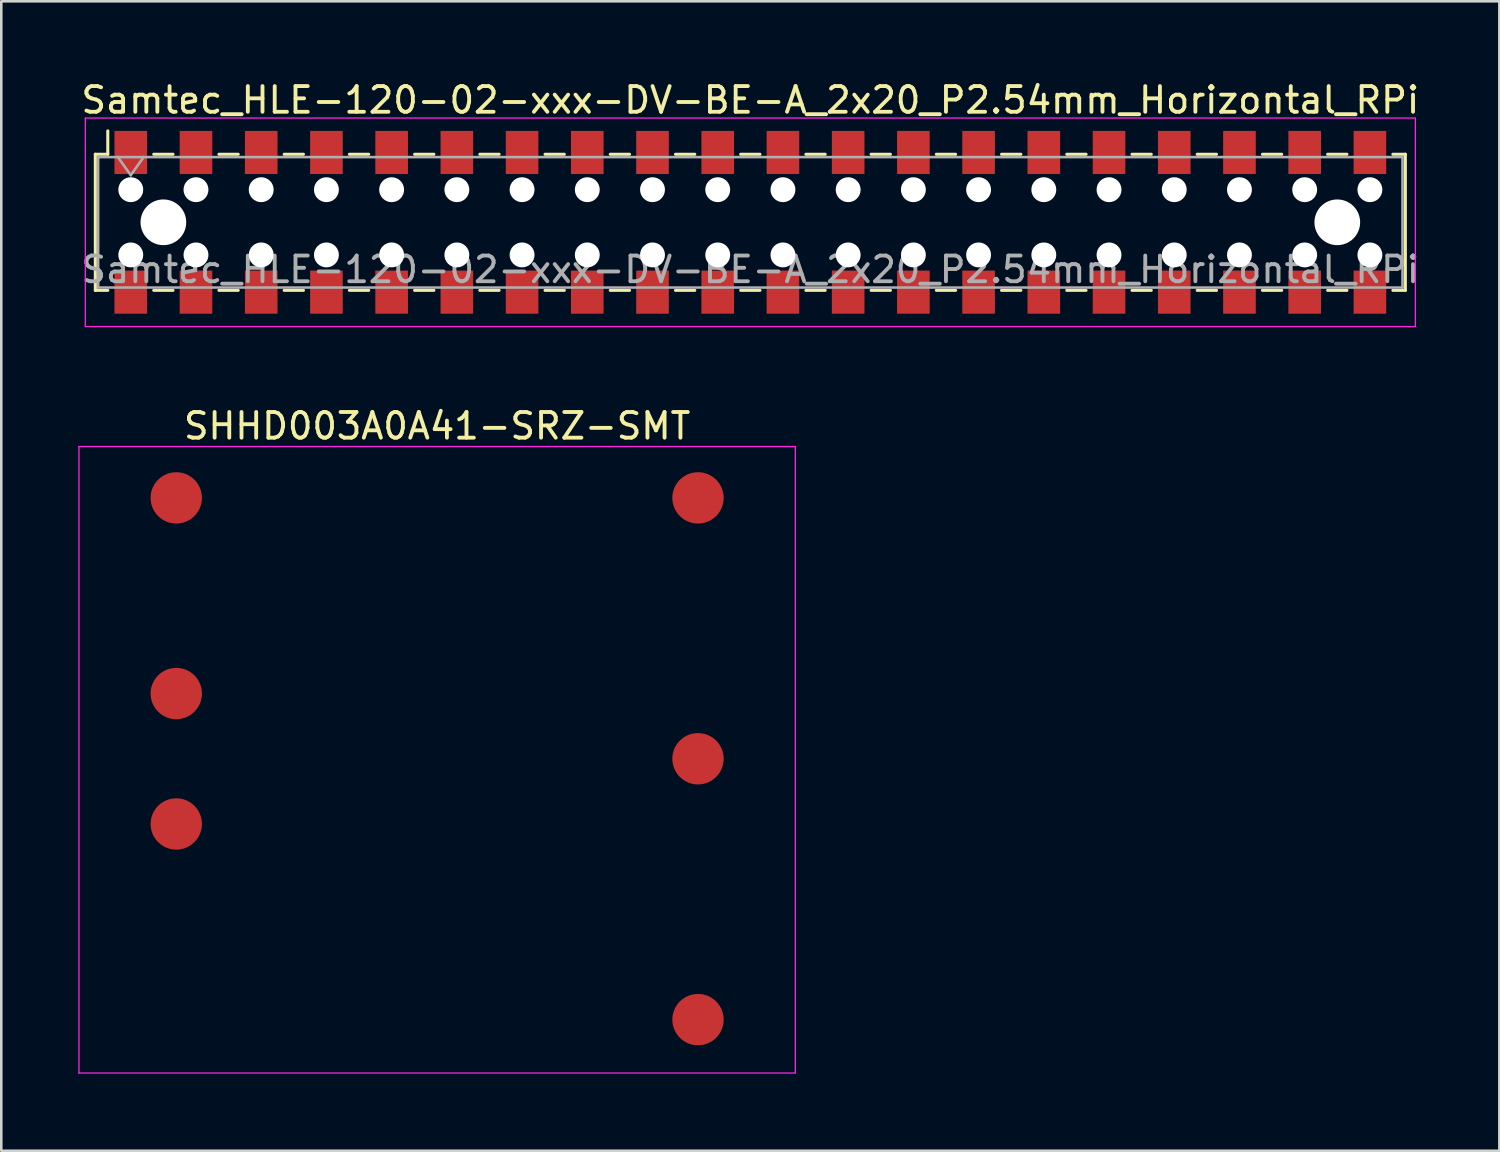
<source format=kicad_pcb>
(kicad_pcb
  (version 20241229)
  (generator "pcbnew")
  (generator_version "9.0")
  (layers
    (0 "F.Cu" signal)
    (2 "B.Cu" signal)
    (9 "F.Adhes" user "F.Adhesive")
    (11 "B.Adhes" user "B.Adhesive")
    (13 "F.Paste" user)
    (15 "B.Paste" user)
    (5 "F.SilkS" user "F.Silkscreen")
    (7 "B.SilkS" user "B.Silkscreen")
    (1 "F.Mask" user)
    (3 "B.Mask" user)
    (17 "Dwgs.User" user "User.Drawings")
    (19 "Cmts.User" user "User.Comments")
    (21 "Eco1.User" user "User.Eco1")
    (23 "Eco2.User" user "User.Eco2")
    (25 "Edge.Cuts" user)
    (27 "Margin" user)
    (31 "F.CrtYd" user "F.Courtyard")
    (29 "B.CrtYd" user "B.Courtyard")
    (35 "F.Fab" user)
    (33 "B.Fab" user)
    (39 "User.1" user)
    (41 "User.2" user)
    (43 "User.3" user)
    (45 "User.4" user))
  (footprint "Samtec_HLE-120-02-xxx-DV-BE-A_2x20_P2.54mm_Horizontal_RPi"
    (layer "F.Cu")
    (at 26.173 5.608)
    (property "Reference" "Samtec_HLE-120-02-xxx-DV-BE-A_2x20_P2.54mm_Horizontal_RPi" (at 0 -4.76 0) (layer "F.SilkS") (effects (font (size 1 1) (thickness 0.15))))
    (attr smd)
    (fp_line (start -25.51 -2.65) (end -25.51 2.65) (stroke (width 0.12) (type solid)) (layer "F.SilkS"))
    (fp_line (start -25.51 2.65) (end -25.025 2.65) (stroke (width 0.12) (type solid)) (layer "F.SilkS"))
    (fp_line (start -25.025 -3.56) (end -25.025 -2.65) (stroke (width 0.12) (type solid)) (layer "F.SilkS"))
    (fp_line (start -25.025 -2.65) (end -25.51 -2.65) (stroke (width 0.12) (type solid)) (layer "F.SilkS"))
    (fp_line (start -23.235 -2.65) (end -22.485 -2.65) (stroke (width 0.12) (type solid)) (layer "F.SilkS"))
    (fp_line (start -23.235 2.65) (end -22.485 2.65) (stroke (width 0.12) (type solid)) (layer "F.SilkS"))
    (fp_line (start -20.695 -2.65) (end -19.945 -2.65) (stroke (width 0.12) (type solid)) (layer "F.SilkS"))
    (fp_line (start -20.695 2.65) (end -19.945 2.65) (stroke (width 0.12) (type solid)) (layer "F.SilkS"))
    (fp_line (start -18.155 -2.65) (end -17.405 -2.65) (stroke (width 0.12) (type solid)) (layer "F.SilkS"))
    (fp_line (start -18.155 2.65) (end -17.405 2.65) (stroke (width 0.12) (type solid)) (layer "F.SilkS"))
    (fp_line (start -15.615 -2.65) (end -14.865 -2.65) (stroke (width 0.12) (type solid)) (layer "F.SilkS"))
    (fp_line (start -15.615 2.65) (end -14.865 2.65) (stroke (width 0.12) (type solid)) (layer "F.SilkS"))
    (fp_line (start -13.075 -2.65) (end -12.325 -2.65) (stroke (width 0.12) (type solid)) (layer "F.SilkS"))
    (fp_line (start -13.075 2.65) (end -12.325 2.65) (stroke (width 0.12) (type solid)) (layer "F.SilkS"))
    (fp_line (start -10.535 -2.65) (end -9.785 -2.65) (stroke (width 0.12) (type solid)) (layer "F.SilkS"))
    (fp_line (start -10.535 2.65) (end -9.785 2.65) (stroke (width 0.12) (type solid)) (layer "F.SilkS"))
    (fp_line (start -7.995 -2.65) (end -7.245 -2.65) (stroke (width 0.12) (type solid)) (layer "F.SilkS"))
    (fp_line (start -7.995 2.65) (end -7.245 2.65) (stroke (width 0.12) (type solid)) (layer "F.SilkS"))
    (fp_line (start -5.455 -2.65) (end -4.705 -2.65) (stroke (width 0.12) (type solid)) (layer "F.SilkS"))
    (fp_line (start -5.455 2.65) (end -4.705 2.65) (stroke (width 0.12) (type solid)) (layer "F.SilkS"))
    (fp_line (start -2.915 -2.65) (end -2.165 -2.65) (stroke (width 0.12) (type solid)) (layer "F.SilkS"))
    (fp_line (start -2.915 2.65) (end -2.165 2.65) (stroke (width 0.12) (type solid)) (layer "F.SilkS"))
    (fp_line (start -0.375 -2.65) (end 0.375 -2.65) (stroke (width 0.12) (type solid)) (layer "F.SilkS"))
    (fp_line (start -0.375 2.65) (end 0.375 2.65) (stroke (width 0.12) (type solid)) (layer "F.SilkS"))
    (fp_line (start 2.165 -2.65) (end 2.915 -2.65) (stroke (width 0.12) (type solid)) (layer "F.SilkS"))
    (fp_line (start 2.165 2.65) (end 2.915 2.65) (stroke (width 0.12) (type solid)) (layer "F.SilkS"))
    (fp_line (start 4.705 -2.65) (end 5.455 -2.65) (stroke (width 0.12) (type solid)) (layer "F.SilkS"))
    (fp_line (start 4.705 2.65) (end 5.455 2.65) (stroke (width 0.12) (type solid)) (layer "F.SilkS"))
    (fp_line (start 7.245 -2.65) (end 7.995 -2.65) (stroke (width 0.12) (type solid)) (layer "F.SilkS"))
    (fp_line (start 7.245 2.65) (end 7.995 2.65) (stroke (width 0.12) (type solid)) (layer "F.SilkS"))
    (fp_line (start 9.785 -2.65) (end 10.535 -2.65) (stroke (width 0.12) (type solid)) (layer "F.SilkS"))
    (fp_line (start 9.785 2.65) (end 10.535 2.65) (stroke (width 0.12) (type solid)) (layer "F.SilkS"))
    (fp_line (start 12.325 -2.65) (end 13.075 -2.65) (stroke (width 0.12) (type solid)) (layer "F.SilkS"))
    (fp_line (start 12.325 2.65) (end 13.075 2.65) (stroke (width 0.12) (type solid)) (layer "F.SilkS"))
    (fp_line (start 14.865 -2.65) (end 15.615 -2.65) (stroke (width 0.12) (type solid)) (layer "F.SilkS"))
    (fp_line (start 14.865 2.65) (end 15.615 2.65) (stroke (width 0.12) (type solid)) (layer "F.SilkS"))
    (fp_line (start 17.405 -2.65) (end 18.155 -2.65) (stroke (width 0.12) (type solid)) (layer "F.SilkS"))
    (fp_line (start 17.405 2.65) (end 18.155 2.65) (stroke (width 0.12) (type solid)) (layer "F.SilkS"))
    (fp_line (start 19.945 -2.65) (end 20.695 -2.65) (stroke (width 0.12) (type solid)) (layer "F.SilkS"))
    (fp_line (start 19.945 2.65) (end 20.695 2.65) (stroke (width 0.12) (type solid)) (layer "F.SilkS"))
    (fp_line (start 22.485 -2.65) (end 23.235 -2.65) (stroke (width 0.12) (type solid)) (layer "F.SilkS"))
    (fp_line (start 22.485 2.65) (end 23.235 2.65) (stroke (width 0.12) (type solid)) (layer "F.SilkS"))
    (fp_line (start 25.025 -2.65) (end 25.51 -2.65) (stroke (width 0.12) (type solid)) (layer "F.SilkS"))
    (fp_line (start 25.51 -2.65) (end 25.51 2.65) (stroke (width 0.12) (type solid)) (layer "F.SilkS"))
    (fp_line (start 25.51 2.65) (end 25.025 2.65) (stroke (width 0.12) (type solid)) (layer "F.SilkS"))
    (fp_line (start -25.9 -4.06) (end 25.9 -4.06) (stroke (width 0.05) (type solid)) (layer "F.CrtYd"))
    (fp_line (start -25.9 4.06) (end -25.9 -4.06) (stroke (width 0.05) (type solid)) (layer "F.CrtYd"))
    (fp_line (start 25.9 -4.06) (end 25.9 4.06) (stroke (width 0.05) (type solid)) (layer "F.CrtYd"))
    (fp_line (start 25.9 4.06) (end -25.9 4.06) (stroke (width 0.05) (type solid)) (layer "F.CrtYd"))
    (fp_line (start -25.4 -2.54) (end 25.4 -2.54) (stroke (width 0.1) (type solid)) (layer "F.Fab"))
    (fp_line (start -25.4 2.54) (end -25.4 -2.54) (stroke (width 0.1) (type solid)) (layer "F.Fab"))
    (fp_line (start -24.63 -2.54) (end -24.13 -1.833) (stroke (width 0.1) (type solid)) (layer "F.Fab"))
    (fp_line (start -24.13 -1.833) (end -23.63 -2.54) (stroke (width 0.1) (type solid)) (layer "F.Fab"))
    (fp_line (start 25.4 -2.54) (end 25.4 2.54) (stroke (width 0.1) (type solid)) (layer "F.Fab"))
    (fp_line (start 25.4 2.54) (end -25.4 2.54) (stroke (width 0.1) (type solid)) (layer "F.Fab"))
    (fp_text user "${REFERENCE}" (at 0 1.84 0) (layer "F.Fab") (effects (font (size 1 1) (thickness 0.15))))
    (pad "" np_thru_hole circle (at -24.13 -1.27) (size 0.97 0.97) (drill 0.97) (layers "*.Cu" "*.Mask"))
    (pad "" np_thru_hole circle (at -24.13 1.27) (size 0.97 0.97) (drill 0.97) (layers "*.Cu" "*.Mask"))
    (pad "" np_thru_hole circle (at -22.86 0) (size 1.78 1.78) (drill 1.78) (layers "*.Cu" "*.Mask"))
    (pad "" np_thru_hole circle (at -21.59 -1.27) (size 0.97 0.97) (drill 0.97) (layers "*.Cu" "*.Mask"))
    (pad "" np_thru_hole circle (at -21.59 1.27) (size 0.97 0.97) (drill 0.97) (layers "*.Cu" "*.Mask"))
    (pad "" np_thru_hole circle (at -19.05 -1.27) (size 0.97 0.97) (drill 0.97) (layers "*.Cu" "*.Mask"))
    (pad "" np_thru_hole circle (at -19.05 1.27) (size 0.97 0.97) (drill 0.97) (layers "*.Cu" "*.Mask"))
    (pad "" np_thru_hole circle (at -16.51 -1.27) (size 0.97 0.97) (drill 0.97) (layers "*.Cu" "*.Mask"))
    (pad "" np_thru_hole circle (at -16.51 1.27) (size 0.97 0.97) (drill 0.97) (layers "*.Cu" "*.Mask"))
    (pad "" np_thru_hole circle (at -13.97 -1.27) (size 0.97 0.97) (drill 0.97) (layers "*.Cu" "*.Mask"))
    (pad "" np_thru_hole circle (at -13.97 1.27) (size 0.97 0.97) (drill 0.97) (layers "*.Cu" "*.Mask"))
    (pad "" np_thru_hole circle (at -11.43 -1.27) (size 0.97 0.97) (drill 0.97) (layers "*.Cu" "*.Mask"))
    (pad "" np_thru_hole circle (at -11.43 1.27) (size 0.97 0.97) (drill 0.97) (layers "*.Cu" "*.Mask"))
    (pad "" np_thru_hole circle (at -8.89 -1.27) (size 0.97 0.97) (drill 0.97) (layers "*.Cu" "*.Mask"))
    (pad "" np_thru_hole circle (at -8.89 1.27) (size 0.97 0.97) (drill 0.97) (layers "*.Cu" "*.Mask"))
    (pad "" np_thru_hole circle (at -6.35 -1.27) (size 0.97 0.97) (drill 0.97) (layers "*.Cu" "*.Mask"))
    (pad "" np_thru_hole circle (at -6.35 1.27) (size 0.97 0.97) (drill 0.97) (layers "*.Cu" "*.Mask"))
    (pad "" np_thru_hole circle (at -3.81 -1.27) (size 0.97 0.97) (drill 0.97) (layers "*.Cu" "*.Mask"))
    (pad "" np_thru_hole circle (at -3.81 1.27) (size 0.97 0.97) (drill 0.97) (layers "*.Cu" "*.Mask"))
    (pad "" np_thru_hole circle (at -1.27 -1.27) (size 0.97 0.97) (drill 0.97) (layers "*.Cu" "*.Mask"))
    (pad "" np_thru_hole circle (at -1.27 1.27) (size 0.97 0.97) (drill 0.97) (layers "*.Cu" "*.Mask"))
    (pad "" np_thru_hole circle (at 1.27 -1.27) (size 0.97 0.97) (drill 0.97) (layers "*.Cu" "*.Mask"))
    (pad "" np_thru_hole circle (at 1.27 1.27) (size 0.97 0.97) (drill 0.97) (layers "*.Cu" "*.Mask"))
    (pad "" np_thru_hole circle (at 3.81 -1.27) (size 0.97 0.97) (drill 0.97) (layers "*.Cu" "*.Mask"))
    (pad "" np_thru_hole circle (at 3.81 1.27) (size 0.97 0.97) (drill 0.97) (layers "*.Cu" "*.Mask"))
    (pad "" np_thru_hole circle (at 6.35 -1.27) (size 0.97 0.97) (drill 0.97) (layers "*.Cu" "*.Mask"))
    (pad "" np_thru_hole circle (at 6.35 1.27) (size 0.97 0.97) (drill 0.97) (layers "*.Cu" "*.Mask"))
    (pad "" np_thru_hole circle (at 8.89 -1.27) (size 0.97 0.97) (drill 0.97) (layers "*.Cu" "*.Mask"))
    (pad "" np_thru_hole circle (at 8.89 1.27) (size 0.97 0.97) (drill 0.97) (layers "*.Cu" "*.Mask"))
    (pad "" np_thru_hole circle (at 11.43 -1.27) (size 0.97 0.97) (drill 0.97) (layers "*.Cu" "*.Mask"))
    (pad "" np_thru_hole circle (at 11.43 1.27) (size 0.97 0.97) (drill 0.97) (layers "*.Cu" "*.Mask"))
    (pad "" np_thru_hole circle (at 13.97 -1.27) (size 0.97 0.97) (drill 0.97) (layers "*.Cu" "*.Mask"))
    (pad "" np_thru_hole circle (at 13.97 1.27) (size 0.97 0.97) (drill 0.97) (layers "*.Cu" "*.Mask"))
    (pad "" np_thru_hole circle (at 16.51 -1.27) (size 0.97 0.97) (drill 0.97) (layers "*.Cu" "*.Mask"))
    (pad "" np_thru_hole circle (at 16.51 1.27) (size 0.97 0.97) (drill 0.97) (layers "*.Cu" "*.Mask"))
    (pad "" np_thru_hole circle (at 19.05 -1.27) (size 0.97 0.97) (drill 0.97) (layers "*.Cu" "*.Mask"))
    (pad "" np_thru_hole circle (at 19.05 1.27) (size 0.97 0.97) (drill 0.97) (layers "*.Cu" "*.Mask"))
    (pad "" np_thru_hole circle (at 21.59 -1.27) (size 0.97 0.97) (drill 0.97) (layers "*.Cu" "*.Mask"))
    (pad "" np_thru_hole circle (at 21.59 1.27) (size 0.97 0.97) (drill 0.97) (layers "*.Cu" "*.Mask"))
    (pad "" np_thru_hole circle (at 22.86 0) (size 1.78 1.78) (drill 1.78) (layers "*.Cu" "*.Mask"))
    (pad "" np_thru_hole circle (at 24.13 -1.27) (size 0.97 0.97) (drill 0.97) (layers "*.Cu" "*.Mask"))
    (pad "" np_thru_hole circle (at 24.13 1.27) (size 0.97 0.97) (drill 0.97) (layers "*.Cu" "*.Mask"))
    (pad "1" smd rect (at -24.13 2.72) (size 1.27 1.68) (layers "F.Cu" "F.Mask" "F.Paste"))
    (pad "2" smd rect (at -24.13 -2.72) (size 1.27 1.68) (layers "F.Cu" "F.Mask" "F.Paste"))
    (pad "3" smd rect (at -21.59 2.72) (size 1.27 1.68) (layers "F.Cu" "F.Mask" "F.Paste"))
    (pad "4" smd rect (at -21.59 -2.72) (size 1.27 1.68) (layers "F.Cu" "F.Mask" "F.Paste"))
    (pad "5" smd rect (at -19.05 2.72) (size 1.27 1.68) (layers "F.Cu" "F.Mask" "F.Paste"))
    (pad "6" smd rect (at -19.05 -2.72) (size 1.27 1.68) (layers "F.Cu" "F.Mask" "F.Paste"))
    (pad "7" smd rect (at -16.51 2.72) (size 1.27 1.68) (layers "F.Cu" "F.Mask" "F.Paste"))
    (pad "8" smd rect (at -16.51 -2.72) (size 1.27 1.68) (layers "F.Cu" "F.Mask" "F.Paste"))
    (pad "9" smd rect (at -13.97 2.72) (size 1.27 1.68) (layers "F.Cu" "F.Mask" "F.Paste"))
    (pad "10" smd rect (at -13.97 -2.72) (size 1.27 1.68) (layers "F.Cu" "F.Mask" "F.Paste"))
    (pad "11" smd rect (at -11.43 2.72) (size 1.27 1.68) (layers "F.Cu" "F.Mask" "F.Paste"))
    (pad "12" smd rect (at -11.43 -2.72) (size 1.27 1.68) (layers "F.Cu" "F.Mask" "F.Paste"))
    (pad "13" smd rect (at -8.89 2.72) (size 1.27 1.68) (layers "F.Cu" "F.Mask" "F.Paste"))
    (pad "14" smd rect (at -8.89 -2.72) (size 1.27 1.68) (layers "F.Cu" "F.Mask" "F.Paste"))
    (pad "15" smd rect (at -6.35 2.72) (size 1.27 1.68) (layers "F.Cu" "F.Mask" "F.Paste"))
    (pad "16" smd rect (at -6.35 -2.72) (size 1.27 1.68) (layers "F.Cu" "F.Mask" "F.Paste"))
    (pad "17" smd rect (at -3.81 2.72) (size 1.27 1.68) (layers "F.Cu" "F.Mask" "F.Paste"))
    (pad "18" smd rect (at -3.81 -2.72) (size 1.27 1.68) (layers "F.Cu" "F.Mask" "F.Paste"))
    (pad "19" smd rect (at -1.27 2.72) (size 1.27 1.68) (layers "F.Cu" "F.Mask" "F.Paste"))
    (pad "20" smd rect (at -1.27 -2.72) (size 1.27 1.68) (layers "F.Cu" "F.Mask" "F.Paste"))
    (pad "21" smd rect (at 1.27 2.72) (size 1.27 1.68) (layers "F.Cu" "F.Mask" "F.Paste"))
    (pad "22" smd rect (at 1.27 -2.72) (size 1.27 1.68) (layers "F.Cu" "F.Mask" "F.Paste"))
    (pad "23" smd rect (at 3.81 2.72) (size 1.27 1.68) (layers "F.Cu" "F.Mask" "F.Paste"))
    (pad "24" smd rect (at 3.81 -2.72) (size 1.27 1.68) (layers "F.Cu" "F.Mask" "F.Paste"))
    (pad "25" smd rect (at 6.35 2.72) (size 1.27 1.68) (layers "F.Cu" "F.Mask" "F.Paste"))
    (pad "26" smd rect (at 6.35 -2.72) (size 1.27 1.68) (layers "F.Cu" "F.Mask" "F.Paste"))
    (pad "27" smd rect (at 8.89 2.72) (size 1.27 1.68) (layers "F.Cu" "F.Mask" "F.Paste"))
    (pad "28" smd rect (at 8.89 -2.72) (size 1.27 1.68) (layers "F.Cu" "F.Mask" "F.Paste"))
    (pad "29" smd rect (at 11.43 2.72) (size 1.27 1.68) (layers "F.Cu" "F.Mask" "F.Paste"))
    (pad "30" smd rect (at 11.43 -2.72) (size 1.27 1.68) (layers "F.Cu" "F.Mask" "F.Paste"))
    (pad "31" smd rect (at 13.97 2.72) (size 1.27 1.68) (layers "F.Cu" "F.Mask" "F.Paste"))
    (pad "32" smd rect (at 13.97 -2.72) (size 1.27 1.68) (layers "F.Cu" "F.Mask" "F.Paste"))
    (pad "33" smd rect (at 16.51 2.72) (size 1.27 1.68) (layers "F.Cu" "F.Mask" "F.Paste"))
    (pad "34" smd rect (at 16.51 -2.72) (size 1.27 1.68) (layers "F.Cu" "F.Mask" "F.Paste"))
    (pad "35" smd rect (at 19.05 2.72) (size 1.27 1.68) (layers "F.Cu" "F.Mask" "F.Paste"))
    (pad "36" smd rect (at 19.05 -2.72) (size 1.27 1.68) (layers "F.Cu" "F.Mask" "F.Paste"))
    (pad "37" smd rect (at 21.59 2.72) (size 1.27 1.68) (layers "F.Cu" "F.Mask" "F.Paste"))
    (pad "38" smd rect (at 21.59 -2.72) (size 1.27 1.68) (layers "F.Cu" "F.Mask" "F.Paste"))
    (pad "39" smd rect (at 24.13 2.72) (size 1.27 1.68) (layers "F.Cu" "F.Mask" "F.Paste"))
    (pad "40" smd rect (at 24.13 -2.72) (size 1.27 1.68) (layers "F.Cu" "F.Mask" "F.Paste")))
  (footprint "SHHD003A0A41-SRZ-SMT"
    (layer "F.Cu")
    (at 13.975 26.541)
    (property "Reference" "SHHD003A0A41-SRZ-SMT" (at 0 -13 0) (layer "F.SilkS") (effects (font (size 1 1) (thickness 0.15))))
    (attr smd)
    (fp_line (start -13.95 -12.2) (end -13.95 12.2) (stroke (width 0.05) (type solid)) (layer "F.CrtYd"))
    (fp_line (start -13.95 12.2) (end 13.95 12.2) (stroke (width 0.05) (type solid)) (layer "F.CrtYd"))
    (fp_line (start 13.95 -12.2) (end -13.95 -12.2) (stroke (width 0.05) (type solid)) (layer "F.CrtYd"))
    (fp_line (start 13.95 12.2) (end 13.95 -12.2) (stroke (width 0.05) (type solid)) (layer "F.CrtYd"))
    (pad "1" smd circle (at -10.16 2.5) (size 2 2) (layers "F.Cu" "F.Mask" "F.Paste"))
    (pad "2" smd circle (at -10.16 -2.58) (size 2 2) (layers "F.Cu" "F.Mask" "F.Paste"))
    (pad "3" smd circle (at -10.16 -10.2) (size 2 2) (layers "F.Cu" "F.Mask" "F.Paste"))
    (pad "4" smd circle (at 10.16 -10.2) (size 2 2) (layers "F.Cu" "F.Mask" "F.Paste"))
    (pad "5" smd circle (at 10.16 -0.04) (size 2 2) (layers "F.Cu" "F.Mask" "F.Paste"))
    (pad "6" smd circle (at 10.16 10.12) (size 2 2) (layers "F.Cu" "F.Mask" "F.Paste")))
  (gr_rect
    (start -3 -3)
    (end 55.345 41.767)
    (stroke (width 0.1) (type default))
    (fill no)
    (layer "Edge.Cuts")))
</source>
